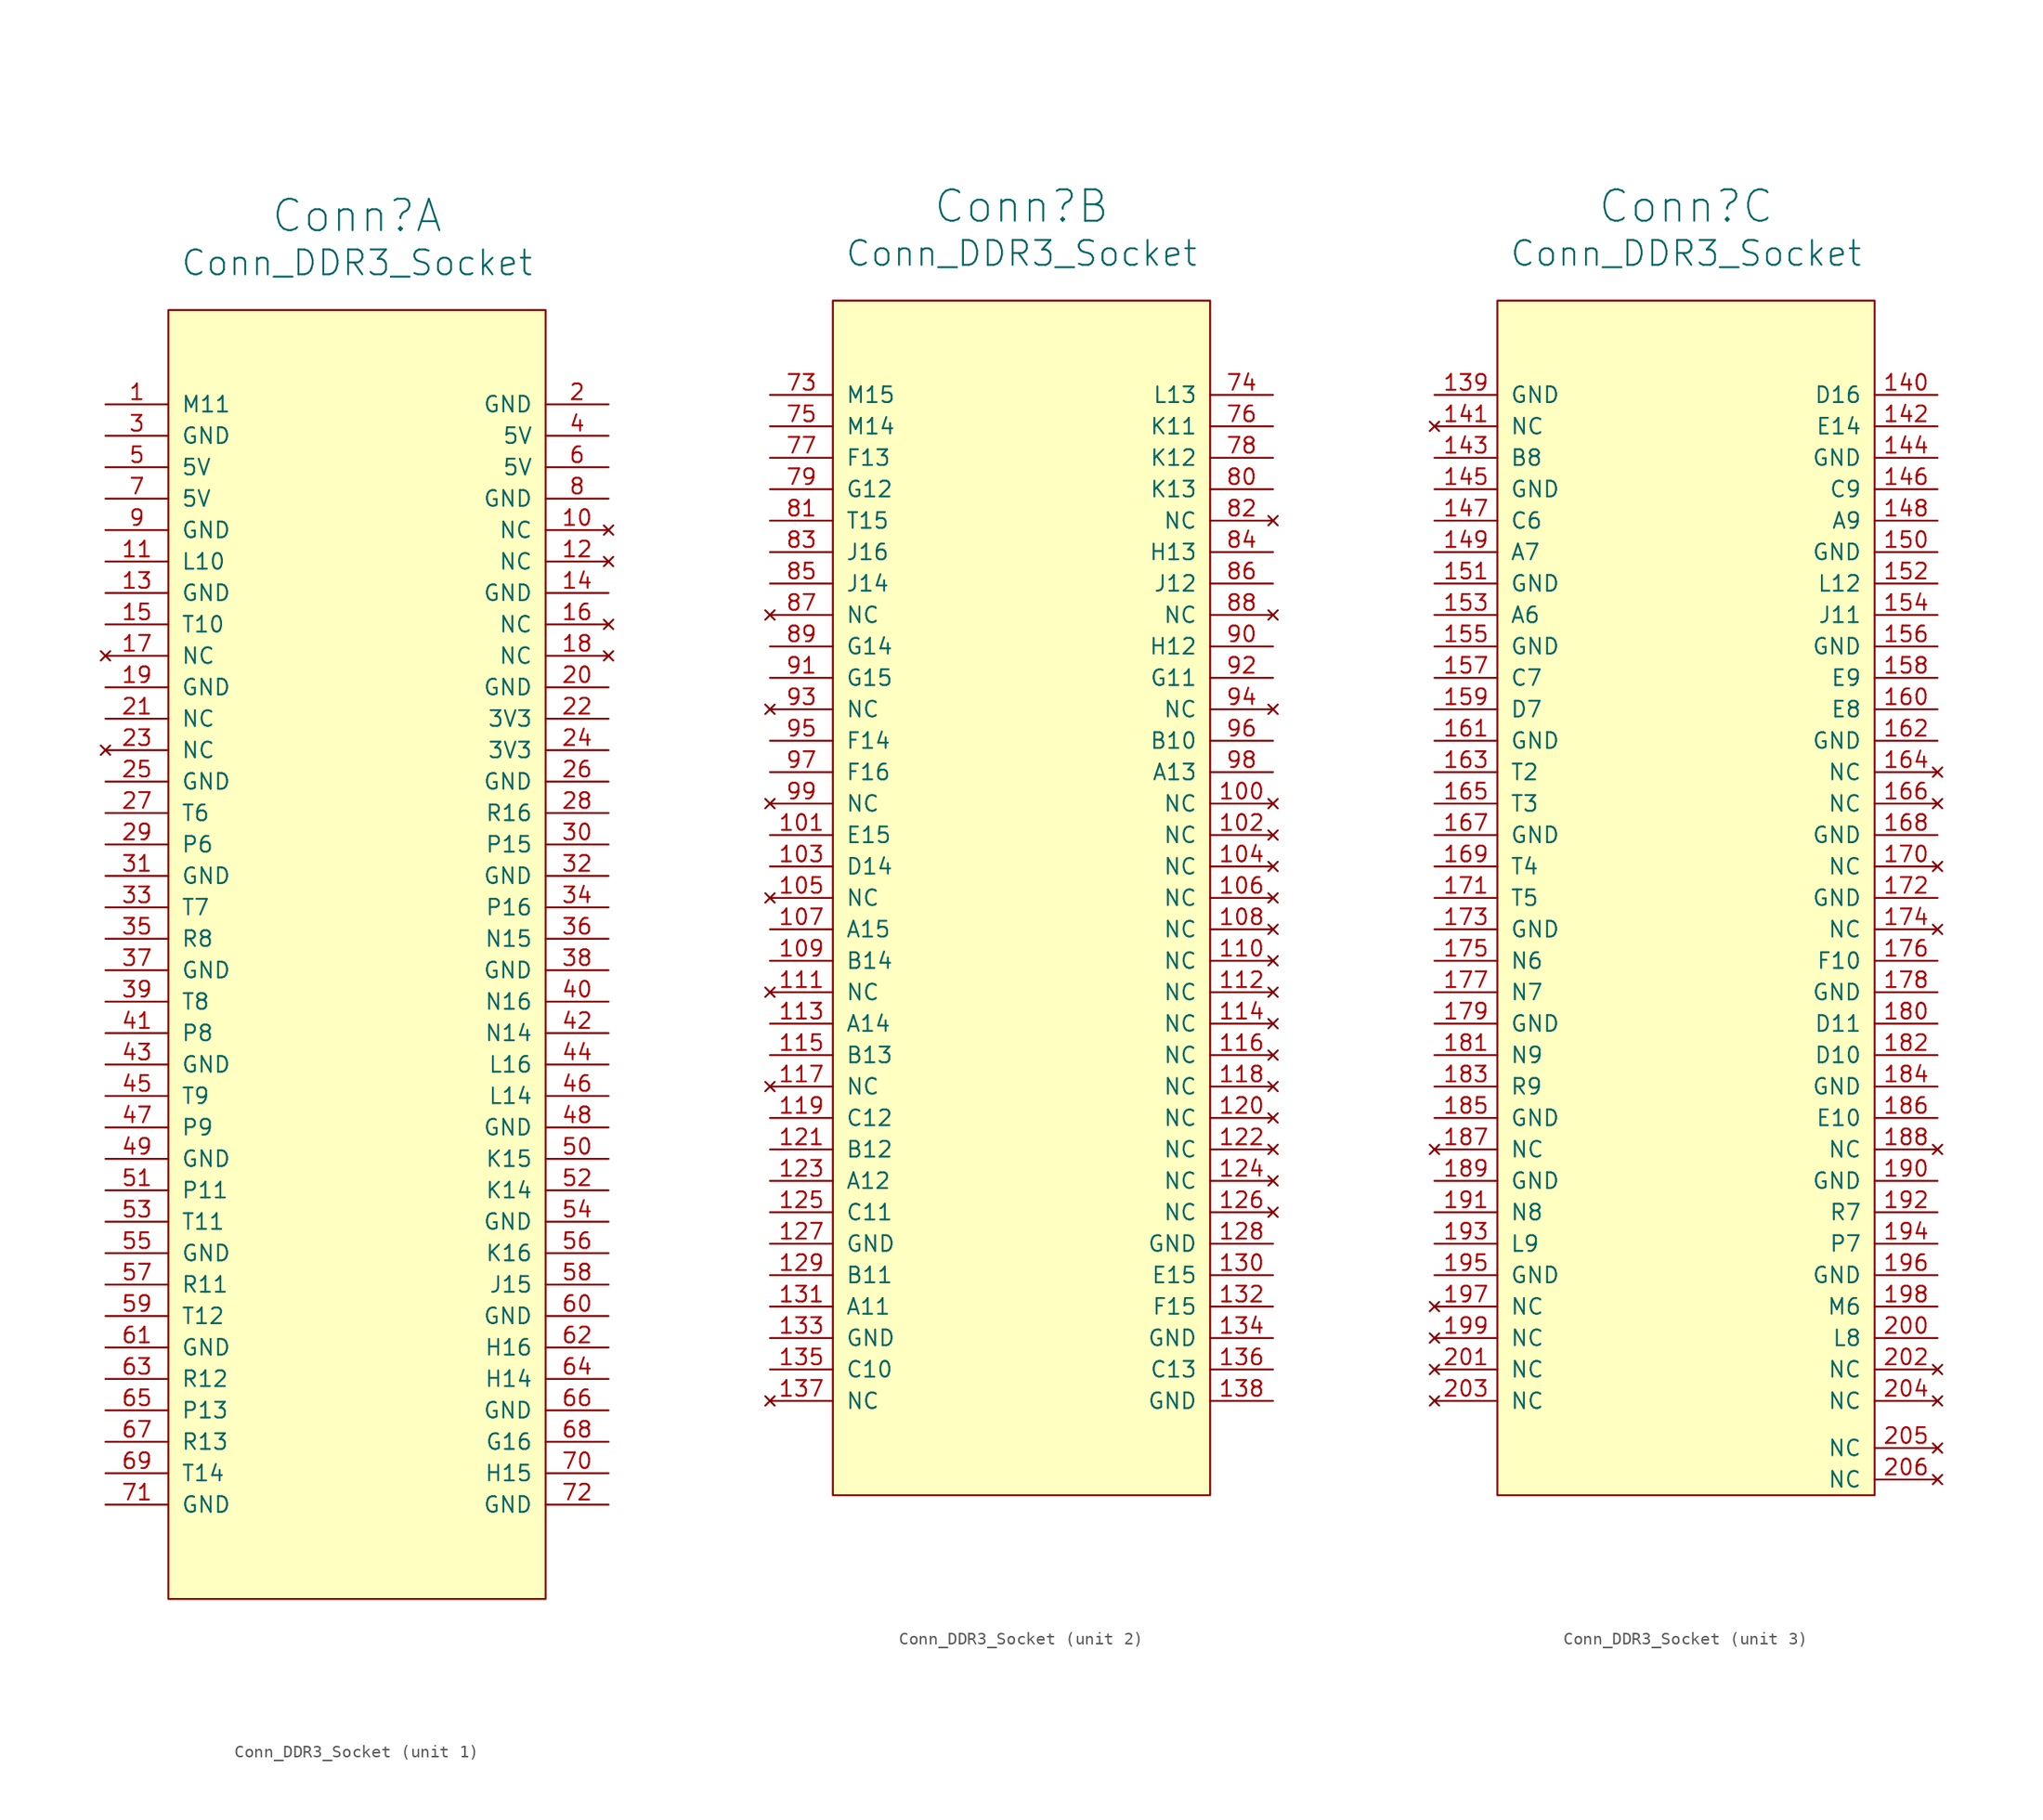
<source format=kicad_sym>
(kicad_symbol_lib
  (version 20211014)
  (generator kicad_symbol_editor)
  (symbol "Conn_DDR3_Socket"
    (pin_names
      (offset 1.016))
    (property "Reference" "Conn"
      (at 0 0 0)
      (effects (font (size 2.54 2.54))))
    (property "Value" "Conn_DDR3_Socket"
      (at 0 -3.81 0)
      (effects (font (size 2.007 2.007))))
    (property "ki_locked" ""
      (at 0 0 0)
      (effects (font (size 1.27 1.27))))
    (symbol "Conn_DDR3_Socket_1_1"
      (rectangle (start -15.24 -7.62) (end 15.24 -111.76) (stroke (width 0) (type default) (color 0 0 0 0)) (fill (type background)))
      (pin bidirectional line (at -20.32 -15.24 0) (length 5.08) (name "M11" (effects (font (size 1.27 1.27)))) (number "1" (effects (font (size 1.27 1.27)))))
      (pin no_connect line (at 20.32 -25.4 180) (length 5.08) (name "NC" (effects (font (size 1.27 1.27)))) (number "10" (effects (font (size 1.27 1.27)))))
      (pin bidirectional line (at -20.32 -27.94 0) (length 5.08) (name "L10" (effects (font (size 1.27 1.27)))) (number "11" (effects (font (size 1.27 1.27)))))
      (pin no_connect line (at 20.32 -27.94 180) (length 5.08) (name "NC" (effects (font (size 1.27 1.27)))) (number "12" (effects (font (size 1.27 1.27)))))
      (pin power_in line (at -20.32 -30.48 0) (length 5.08) (name "GND" (effects (font (size 1.27 1.27)))) (number "13" (effects (font (size 1.27 1.27)))))
      (pin power_in line (at 20.32 -30.48 180) (length 5.08) (name "GND" (effects (font (size 1.27 1.27)))) (number "14" (effects (font (size 1.27 1.27)))))
      (pin bidirectional line (at -20.32 -33.02 0) (length 5.08) (name "T10" (effects (font (size 1.27 1.27)))) (number "15" (effects (font (size 1.27 1.27)))))
      (pin no_connect line (at 20.32 -33.02 180) (length 5.08) (name "NC" (effects (font (size 1.27 1.27)))) (number "16" (effects (font (size 1.27 1.27)))))
      (pin no_connect line (at -20.32 -35.56 0) (length 5.08) (name "NC" (effects (font (size 1.27 1.27)))) (number "17" (effects (font (size 1.27 1.27)))))
      (pin no_connect line (at 20.32 -35.56 180) (length 5.08) (name "NC" (effects (font (size 1.27 1.27)))) (number "18" (effects (font (size 1.27 1.27)))))
      (pin power_in line (at -20.32 -38.1 0) (length 5.08) (name "GND" (effects (font (size 1.27 1.27)))) (number "19" (effects (font (size 1.27 1.27)))))
      (pin power_in line (at 20.32 -15.24 180) (length 5.08) (name "GND" (effects (font (size 1.27 1.27)))) (number "2" (effects (font (size 1.27 1.27)))))
      (pin power_in line (at 20.32 -38.1 180) (length 5.08) (name "GND" (effects (font (size 1.27 1.27)))) (number "20" (effects (font (size 1.27 1.27)))))
      (pin input line (at -20.32 -40.64 0) (length 5.08) (name "NC" (effects (font (size 1.27 1.27)))) (number "21" (effects (font (size 1.27 1.27)))))
      (pin power_in line (at 20.32 -40.64 180) (length 5.08) (name "3V3" (effects (font (size 1.27 1.27)))) (number "22" (effects (font (size 1.27 1.27)))))
      (pin no_connect line (at -20.32 -43.18 0) (length 5.08) (name "NC" (effects (font (size 1.27 1.27)))) (number "23" (effects (font (size 1.27 1.27)))))
      (pin power_in line (at 20.32 -43.18 180) (length 5.08) (name "3V3" (effects (font (size 1.27 1.27)))) (number "24" (effects (font (size 1.27 1.27)))))
      (pin power_in line (at -20.32 -45.72 0) (length 5.08) (name "GND" (effects (font (size 1.27 1.27)))) (number "25" (effects (font (size 1.27 1.27)))))
      (pin power_in line (at 20.32 -45.72 180) (length 5.08) (name "GND" (effects (font (size 1.27 1.27)))) (number "26" (effects (font (size 1.27 1.27)))))
      (pin bidirectional line (at -20.32 -48.26 0) (length 5.08) (name "T6" (effects (font (size 1.27 1.27)))) (number "27" (effects (font (size 1.27 1.27)))))
      (pin bidirectional line (at 20.32 -48.26 180) (length 5.08) (name "R16" (effects (font (size 1.27 1.27)))) (number "28" (effects (font (size 1.27 1.27)))))
      (pin bidirectional line (at -20.32 -50.8 0) (length 5.08) (name "P6" (effects (font (size 1.27 1.27)))) (number "29" (effects (font (size 1.27 1.27)))))
      (pin power_in line (at -20.32 -17.78 0) (length 5.08) (name "GND" (effects (font (size 1.27 1.27)))) (number "3" (effects (font (size 1.27 1.27)))))
      (pin bidirectional line (at 20.32 -50.8 180) (length 5.08) (name "P15" (effects (font (size 1.27 1.27)))) (number "30" (effects (font (size 1.27 1.27)))))
      (pin power_in line (at -20.32 -53.34 0) (length 5.08) (name "GND" (effects (font (size 1.27 1.27)))) (number "31" (effects (font (size 1.27 1.27)))))
      (pin power_in line (at 20.32 -53.34 180) (length 5.08) (name "GND" (effects (font (size 1.27 1.27)))) (number "32" (effects (font (size 1.27 1.27)))))
      (pin bidirectional line (at -20.32 -55.88 0) (length 5.08) (name "T7" (effects (font (size 1.27 1.27)))) (number "33" (effects (font (size 1.27 1.27)))))
      (pin bidirectional line (at 20.32 -55.88 180) (length 5.08) (name "P16" (effects (font (size 1.27 1.27)))) (number "34" (effects (font (size 1.27 1.27)))))
      (pin bidirectional line (at -20.32 -58.42 0) (length 5.08) (name "R8" (effects (font (size 1.27 1.27)))) (number "35" (effects (font (size 1.27 1.27)))))
      (pin bidirectional line (at 20.32 -58.42 180) (length 5.08) (name "N15" (effects (font (size 1.27 1.27)))) (number "36" (effects (font (size 1.27 1.27)))))
      (pin power_in line (at -20.32 -60.96 0) (length 5.08) (name "GND" (effects (font (size 1.27 1.27)))) (number "37" (effects (font (size 1.27 1.27)))))
      (pin power_in line (at 20.32 -60.96 180) (length 5.08) (name "GND" (effects (font (size 1.27 1.27)))) (number "38" (effects (font (size 1.27 1.27)))))
      (pin bidirectional line (at -20.32 -63.5 0) (length 5.08) (name "T8" (effects (font (size 1.27 1.27)))) (number "39" (effects (font (size 1.27 1.27)))))
      (pin power_in line (at 20.32 -17.78 180) (length 5.08) (name "5V" (effects (font (size 1.27 1.27)))) (number "4" (effects (font (size 1.27 1.27)))))
      (pin bidirectional line (at 20.32 -63.5 180) (length 5.08) (name "N16" (effects (font (size 1.27 1.27)))) (number "40" (effects (font (size 1.27 1.27)))))
      (pin bidirectional line (at -20.32 -66.04 0) (length 5.08) (name "P8" (effects (font (size 1.27 1.27)))) (number "41" (effects (font (size 1.27 1.27)))))
      (pin bidirectional line (at 20.32 -66.04 180) (length 5.08) (name "N14" (effects (font (size 1.27 1.27)))) (number "42" (effects (font (size 1.27 1.27)))))
      (pin power_in line (at -20.32 -68.58 0) (length 5.08) (name "GND" (effects (font (size 1.27 1.27)))) (number "43" (effects (font (size 1.27 1.27)))))
      (pin bidirectional line (at 20.32 -68.58 180) (length 5.08) (name "L16" (effects (font (size 1.27 1.27)))) (number "44" (effects (font (size 1.27 1.27)))))
      (pin bidirectional line (at -20.32 -71.12 0) (length 5.08) (name "T9" (effects (font (size 1.27 1.27)))) (number "45" (effects (font (size 1.27 1.27)))))
      (pin bidirectional line (at 20.32 -71.12 180) (length 5.08) (name "L14" (effects (font (size 1.27 1.27)))) (number "46" (effects (font (size 1.27 1.27)))))
      (pin bidirectional line (at -20.32 -73.66 0) (length 5.08) (name "P9" (effects (font (size 1.27 1.27)))) (number "47" (effects (font (size 1.27 1.27)))))
      (pin power_in line (at 20.32 -73.66 180) (length 5.08) (name "GND" (effects (font (size 1.27 1.27)))) (number "48" (effects (font (size 1.27 1.27)))))
      (pin power_in line (at -20.32 -76.2 0) (length 5.08) (name "GND" (effects (font (size 1.27 1.27)))) (number "49" (effects (font (size 1.27 1.27)))))
      (pin power_in line (at -20.32 -20.32 0) (length 5.08) (name "5V" (effects (font (size 1.27 1.27)))) (number "5" (effects (font (size 1.27 1.27)))))
      (pin bidirectional line (at 20.32 -76.2 180) (length 5.08) (name "K15" (effects (font (size 1.27 1.27)))) (number "50" (effects (font (size 1.27 1.27)))))
      (pin bidirectional line (at -20.32 -78.74 0) (length 5.08) (name "P11" (effects (font (size 1.27 1.27)))) (number "51" (effects (font (size 1.27 1.27)))))
      (pin bidirectional line (at 20.32 -78.74 180) (length 5.08) (name "K14" (effects (font (size 1.27 1.27)))) (number "52" (effects (font (size 1.27 1.27)))))
      (pin bidirectional line (at -20.32 -81.28 0) (length 5.08) (name "T11" (effects (font (size 1.27 1.27)))) (number "53" (effects (font (size 1.27 1.27)))))
      (pin power_in line (at 20.32 -81.28 180) (length 5.08) (name "GND" (effects (font (size 1.27 1.27)))) (number "54" (effects (font (size 1.27 1.27)))))
      (pin power_in line (at -20.32 -83.82 0) (length 5.08) (name "GND" (effects (font (size 1.27 1.27)))) (number "55" (effects (font (size 1.27 1.27)))))
      (pin bidirectional line (at 20.32 -83.82 180) (length 5.08) (name "K16" (effects (font (size 1.27 1.27)))) (number "56" (effects (font (size 1.27 1.27)))))
      (pin bidirectional line (at -20.32 -86.36 0) (length 5.08) (name "R11" (effects (font (size 1.27 1.27)))) (number "57" (effects (font (size 1.27 1.27)))))
      (pin bidirectional line (at 20.32 -86.36 180) (length 5.08) (name "J15" (effects (font (size 1.27 1.27)))) (number "58" (effects (font (size 1.27 1.27)))))
      (pin bidirectional line (at -20.32 -88.9 0) (length 5.08) (name "T12" (effects (font (size 1.27 1.27)))) (number "59" (effects (font (size 1.27 1.27)))))
      (pin power_in line (at 20.32 -20.32 180) (length 5.08) (name "5V" (effects (font (size 1.27 1.27)))) (number "6" (effects (font (size 1.27 1.27)))))
      (pin power_in line (at 20.32 -88.9 180) (length 5.08) (name "GND" (effects (font (size 1.27 1.27)))) (number "60" (effects (font (size 1.27 1.27)))))
      (pin power_in line (at -20.32 -91.44 0) (length 5.08) (name "GND" (effects (font (size 1.27 1.27)))) (number "61" (effects (font (size 1.27 1.27)))))
      (pin bidirectional line (at 20.32 -91.44 180) (length 5.08) (name "H16" (effects (font (size 1.27 1.27)))) (number "62" (effects (font (size 1.27 1.27)))))
      (pin bidirectional line (at -20.32 -93.98 0) (length 5.08) (name "R12" (effects (font (size 1.27 1.27)))) (number "63" (effects (font (size 1.27 1.27)))))
      (pin bidirectional line (at 20.32 -93.98 180) (length 5.08) (name "H14" (effects (font (size 1.27 1.27)))) (number "64" (effects (font (size 1.27 1.27)))))
      (pin bidirectional line (at -20.32 -96.52 0) (length 5.08) (name "P13" (effects (font (size 1.27 1.27)))) (number "65" (effects (font (size 1.27 1.27)))))
      (pin power_in line (at 20.32 -96.52 180) (length 5.08) (name "GND" (effects (font (size 1.27 1.27)))) (number "66" (effects (font (size 1.27 1.27)))))
      (pin bidirectional line (at -20.32 -99.06 0) (length 5.08) (name "R13" (effects (font (size 1.27 1.27)))) (number "67" (effects (font (size 1.27 1.27)))))
      (pin bidirectional line (at 20.32 -99.06 180) (length 5.08) (name "G16" (effects (font (size 1.27 1.27)))) (number "68" (effects (font (size 1.27 1.27)))))
      (pin bidirectional line (at -20.32 -101.6 0) (length 5.08) (name "T14" (effects (font (size 1.27 1.27)))) (number "69" (effects (font (size 1.27 1.27)))))
      (pin power_in line (at -20.32 -22.86 0) (length 5.08) (name "5V" (effects (font (size 1.27 1.27)))) (number "7" (effects (font (size 1.27 1.27)))))
      (pin bidirectional line (at 20.32 -101.6 180) (length 5.08) (name "H15" (effects (font (size 1.27 1.27)))) (number "70" (effects (font (size 1.27 1.27)))))
      (pin power_in line (at -20.32 -104.14 0) (length 5.08) (name "GND" (effects (font (size 1.27 1.27)))) (number "71" (effects (font (size 1.27 1.27)))))
      (pin power_in line (at 20.32 -104.14 180) (length 5.08) (name "GND" (effects (font (size 1.27 1.27)))) (number "72" (effects (font (size 1.27 1.27)))))
      (pin power_in line (at 20.32 -22.86 180) (length 5.08) (name "GND" (effects (font (size 1.27 1.27)))) (number "8" (effects (font (size 1.27 1.27)))))
      (pin power_in line (at -20.32 -25.4 0) (length 5.08) (name "GND" (effects (font (size 1.27 1.27)))) (number "9" (effects (font (size 1.27 1.27))))))
    (symbol "Conn_DDR3_Socket_2_1"
      (rectangle (start -15.24 -7.62) (end 15.24 -104.14) (stroke (width 0) (type default) (color 0 0 0 0)) (fill (type background)))
      (pin no_connect line (at 20.32 -48.26 180) (length 5.08) (name "NC" (effects (font (size 1.27 1.27)))) (number "100" (effects (font (size 1.27 1.27)))))
      (pin bidirectional line (at -20.32 -50.8 0) (length 5.08) (name "E15" (effects (font (size 1.27 1.27)))) (number "101" (effects (font (size 1.27 1.27)))))
      (pin no_connect line (at 20.32 -50.8 180) (length 5.08) (name "NC" (effects (font (size 1.27 1.27)))) (number "102" (effects (font (size 1.27 1.27)))))
      (pin bidirectional line (at -20.32 -53.34 0) (length 5.08) (name "D14" (effects (font (size 1.27 1.27)))) (number "103" (effects (font (size 1.27 1.27)))))
      (pin no_connect line (at 20.32 -53.34 180) (length 5.08) (name "NC" (effects (font (size 1.27 1.27)))) (number "104" (effects (font (size 1.27 1.27)))))
      (pin no_connect line (at -20.32 -55.88 0) (length 5.08) (name "NC" (effects (font (size 1.27 1.27)))) (number "105" (effects (font (size 1.27 1.27)))))
      (pin no_connect line (at 20.32 -55.88 180) (length 5.08) (name "NC" (effects (font (size 1.27 1.27)))) (number "106" (effects (font (size 1.27 1.27)))))
      (pin bidirectional line (at -20.32 -58.42 0) (length 5.08) (name "A15" (effects (font (size 1.27 1.27)))) (number "107" (effects (font (size 1.27 1.27)))))
      (pin no_connect line (at 20.32 -58.42 180) (length 5.08) (name "NC" (effects (font (size 1.27 1.27)))) (number "108" (effects (font (size 1.27 1.27)))))
      (pin bidirectional line (at -20.32 -60.96 0) (length 5.08) (name "B14" (effects (font (size 1.27 1.27)))) (number "109" (effects (font (size 1.27 1.27)))))
      (pin no_connect line (at 20.32 -60.96 180) (length 5.08) (name "NC" (effects (font (size 1.27 1.27)))) (number "110" (effects (font (size 1.27 1.27)))))
      (pin no_connect line (at -20.32 -63.5 0) (length 5.08) (name "NC" (effects (font (size 1.27 1.27)))) (number "111" (effects (font (size 1.27 1.27)))))
      (pin no_connect line (at 20.32 -63.5 180) (length 5.08) (name "NC" (effects (font (size 1.27 1.27)))) (number "112" (effects (font (size 1.27 1.27)))))
      (pin bidirectional line (at -20.32 -66.04 0) (length 5.08) (name "A14" (effects (font (size 1.27 1.27)))) (number "113" (effects (font (size 1.27 1.27)))))
      (pin no_connect line (at 20.32 -66.04 180) (length 5.08) (name "NC" (effects (font (size 1.27 1.27)))) (number "114" (effects (font (size 1.27 1.27)))))
      (pin bidirectional line (at -20.32 -68.58 0) (length 5.08) (name "B13" (effects (font (size 1.27 1.27)))) (number "115" (effects (font (size 1.27 1.27)))))
      (pin no_connect line (at 20.32 -68.58 180) (length 5.08) (name "NC" (effects (font (size 1.27 1.27)))) (number "116" (effects (font (size 1.27 1.27)))))
      (pin no_connect line (at -20.32 -71.12 0) (length 5.08) (name "NC" (effects (font (size 1.27 1.27)))) (number "117" (effects (font (size 1.27 1.27)))))
      (pin no_connect line (at 20.32 -71.12 180) (length 5.08) (name "NC" (effects (font (size 1.27 1.27)))) (number "118" (effects (font (size 1.27 1.27)))))
      (pin bidirectional line (at -20.32 -73.66 0) (length 5.08) (name "C12" (effects (font (size 1.27 1.27)))) (number "119" (effects (font (size 1.27 1.27)))))
      (pin no_connect line (at 20.32 -73.66 180) (length 5.08) (name "NC" (effects (font (size 1.27 1.27)))) (number "120" (effects (font (size 1.27 1.27)))))
      (pin bidirectional line (at -20.32 -76.2 0) (length 5.08) (name "B12" (effects (font (size 1.27 1.27)))) (number "121" (effects (font (size 1.27 1.27)))))
      (pin no_connect line (at 20.32 -76.2 180) (length 5.08) (name "NC" (effects (font (size 1.27 1.27)))) (number "122" (effects (font (size 1.27 1.27)))))
      (pin bidirectional line (at -20.32 -78.74 0) (length 5.08) (name "A12" (effects (font (size 1.27 1.27)))) (number "123" (effects (font (size 1.27 1.27)))))
      (pin no_connect line (at 20.32 -78.74 180) (length 5.08) (name "NC" (effects (font (size 1.27 1.27)))) (number "124" (effects (font (size 1.27 1.27)))))
      (pin bidirectional line (at -20.32 -81.28 0) (length 5.08) (name "C11" (effects (font (size 1.27 1.27)))) (number "125" (effects (font (size 1.27 1.27)))))
      (pin no_connect line (at 20.32 -81.28 180) (length 5.08) (name "NC" (effects (font (size 1.27 1.27)))) (number "126" (effects (font (size 1.27 1.27)))))
      (pin power_in line (at -20.32 -83.82 0) (length 5.08) (name "GND" (effects (font (size 1.27 1.27)))) (number "127" (effects (font (size 1.27 1.27)))))
      (pin power_in line (at 20.32 -83.82 180) (length 5.08) (name "GND" (effects (font (size 1.27 1.27)))) (number "128" (effects (font (size 1.27 1.27)))))
      (pin bidirectional line (at -20.32 -86.36 0) (length 5.08) (name "B11" (effects (font (size 1.27 1.27)))) (number "129" (effects (font (size 1.27 1.27)))))
      (pin bidirectional line (at 20.32 -86.36 180) (length 5.08) (name "E15" (effects (font (size 1.27 1.27)))) (number "130" (effects (font (size 1.27 1.27)))))
      (pin bidirectional line (at -20.32 -88.9 0) (length 5.08) (name "A11" (effects (font (size 1.27 1.27)))) (number "131" (effects (font (size 1.27 1.27)))))
      (pin bidirectional line (at 20.32 -88.9 180) (length 5.08) (name "F15" (effects (font (size 1.27 1.27)))) (number "132" (effects (font (size 1.27 1.27)))))
      (pin power_in line (at -20.32 -91.44 0) (length 5.08) (name "GND" (effects (font (size 1.27 1.27)))) (number "133" (effects (font (size 1.27 1.27)))))
      (pin power_in line (at 20.32 -91.44 180) (length 5.08) (name "GND" (effects (font (size 1.27 1.27)))) (number "134" (effects (font (size 1.27 1.27)))))
      (pin bidirectional line (at -20.32 -93.98 0) (length 5.08) (name "C10" (effects (font (size 1.27 1.27)))) (number "135" (effects (font (size 1.27 1.27)))))
      (pin bidirectional line (at 20.32 -93.98 180) (length 5.08) (name "C13" (effects (font (size 1.27 1.27)))) (number "136" (effects (font (size 1.27 1.27)))))
      (pin no_connect line (at -20.32 -96.52 0) (length 5.08) (name "NC" (effects (font (size 1.27 1.27)))) (number "137" (effects (font (size 1.27 1.27)))))
      (pin power_in line (at 20.32 -96.52 180) (length 5.08) (name "GND" (effects (font (size 1.27 1.27)))) (number "138" (effects (font (size 1.27 1.27)))))
      (pin bidirectional line (at -20.32 -15.24 0) (length 5.08) (name "M15" (effects (font (size 1.27 1.27)))) (number "73" (effects (font (size 1.27 1.27)))))
      (pin bidirectional line (at 20.32 -15.24 180) (length 5.08) (name "L13" (effects (font (size 1.27 1.27)))) (number "74" (effects (font (size 1.27 1.27)))))
      (pin bidirectional line (at -20.32 -17.78 0) (length 5.08) (name "M14" (effects (font (size 1.27 1.27)))) (number "75" (effects (font (size 1.27 1.27)))))
      (pin bidirectional line (at 20.32 -17.78 180) (length 5.08) (name "K11" (effects (font (size 1.27 1.27)))) (number "76" (effects (font (size 1.27 1.27)))))
      (pin bidirectional line (at -20.32 -20.32 0) (length 5.08) (name "F13" (effects (font (size 1.27 1.27)))) (number "77" (effects (font (size 1.27 1.27)))))
      (pin bidirectional line (at 20.32 -20.32 180) (length 5.08) (name "K12" (effects (font (size 1.27 1.27)))) (number "78" (effects (font (size 1.27 1.27)))))
      (pin bidirectional line (at -20.32 -22.86 0) (length 5.08) (name "G12" (effects (font (size 1.27 1.27)))) (number "79" (effects (font (size 1.27 1.27)))))
      (pin bidirectional line (at 20.32 -22.86 180) (length 5.08) (name "K13" (effects (font (size 1.27 1.27)))) (number "80" (effects (font (size 1.27 1.27)))))
      (pin bidirectional line (at -20.32 -25.4 0) (length 5.08) (name "T15" (effects (font (size 1.27 1.27)))) (number "81" (effects (font (size 1.27 1.27)))))
      (pin no_connect line (at 20.32 -25.4 180) (length 5.08) (name "NC" (effects (font (size 1.27 1.27)))) (number "82" (effects (font (size 1.27 1.27)))))
      (pin bidirectional line (at -20.32 -27.94 0) (length 5.08) (name "J16" (effects (font (size 1.27 1.27)))) (number "83" (effects (font (size 1.27 1.27)))))
      (pin bidirectional line (at 20.32 -27.94 180) (length 5.08) (name "H13" (effects (font (size 1.27 1.27)))) (number "84" (effects (font (size 1.27 1.27)))))
      (pin bidirectional line (at -20.32 -30.48 0) (length 5.08) (name "J14" (effects (font (size 1.27 1.27)))) (number "85" (effects (font (size 1.27 1.27)))))
      (pin bidirectional line (at 20.32 -30.48 180) (length 5.08) (name "J12" (effects (font (size 1.27 1.27)))) (number "86" (effects (font (size 1.27 1.27)))))
      (pin no_connect line (at -20.32 -33.02 0) (length 5.08) (name "NC" (effects (font (size 1.27 1.27)))) (number "87" (effects (font (size 1.27 1.27)))))
      (pin no_connect line (at 20.32 -33.02 180) (length 5.08) (name "NC" (effects (font (size 1.27 1.27)))) (number "88" (effects (font (size 1.27 1.27)))))
      (pin bidirectional line (at -20.32 -35.56 0) (length 5.08) (name "G14" (effects (font (size 1.27 1.27)))) (number "89" (effects (font (size 1.27 1.27)))))
      (pin bidirectional line (at 20.32 -35.56 180) (length 5.08) (name "H12" (effects (font (size 1.27 1.27)))) (number "90" (effects (font (size 1.27 1.27)))))
      (pin bidirectional line (at -20.32 -38.1 0) (length 5.08) (name "G15" (effects (font (size 1.27 1.27)))) (number "91" (effects (font (size 1.27 1.27)))))
      (pin bidirectional line (at 20.32 -38.1 180) (length 5.08) (name "G11" (effects (font (size 1.27 1.27)))) (number "92" (effects (font (size 1.27 1.27)))))
      (pin no_connect line (at -20.32 -40.64 0) (length 5.08) (name "NC" (effects (font (size 1.27 1.27)))) (number "93" (effects (font (size 1.27 1.27)))))
      (pin no_connect line (at 20.32 -40.64 180) (length 5.08) (name "NC" (effects (font (size 1.27 1.27)))) (number "94" (effects (font (size 1.27 1.27)))))
      (pin bidirectional line (at -20.32 -43.18 0) (length 5.08) (name "F14" (effects (font (size 1.27 1.27)))) (number "95" (effects (font (size 1.27 1.27)))))
      (pin bidirectional line (at 20.32 -43.18 180) (length 5.08) (name "B10" (effects (font (size 1.27 1.27)))) (number "96" (effects (font (size 1.27 1.27)))))
      (pin bidirectional line (at -20.32 -45.72 0) (length 5.08) (name "F16" (effects (font (size 1.27 1.27)))) (number "97" (effects (font (size 1.27 1.27)))))
      (pin bidirectional line (at 20.32 -45.72 180) (length 5.08) (name "A13" (effects (font (size 1.27 1.27)))) (number "98" (effects (font (size 1.27 1.27)))))
      (pin no_connect line (at -20.32 -48.26 0) (length 5.08) (name "NC" (effects (font (size 1.27 1.27)))) (number "99" (effects (font (size 1.27 1.27))))))
    (symbol "Conn_DDR3_Socket_3_1"
      (rectangle (start -15.24 -7.62) (end 15.24 -104.14) (stroke (width 0) (type default) (color 0 0 0 0)) (fill (type background)))
      (pin power_in line (at -20.32 -15.24 0) (length 5.08) (name "GND" (effects (font (size 1.27 1.27)))) (number "139" (effects (font (size 1.27 1.27)))))
      (pin bidirectional line (at 20.32 -15.24 180) (length 5.08) (name "D16" (effects (font (size 1.27 1.27)))) (number "140" (effects (font (size 1.27 1.27)))))
      (pin no_connect line (at -20.32 -17.78 0) (length 5.08) (name "NC" (effects (font (size 1.27 1.27)))) (number "141" (effects (font (size 1.27 1.27)))))
      (pin bidirectional line (at 20.32 -17.78 180) (length 5.08) (name "E14" (effects (font (size 1.27 1.27)))) (number "142" (effects (font (size 1.27 1.27)))))
      (pin bidirectional line (at -20.32 -20.32 0) (length 5.08) (name "B8" (effects (font (size 1.27 1.27)))) (number "143" (effects (font (size 1.27 1.27)))))
      (pin power_in line (at 20.32 -20.32 180) (length 5.08) (name "GND" (effects (font (size 1.27 1.27)))) (number "144" (effects (font (size 1.27 1.27)))))
      (pin power_in line (at -20.32 -22.86 0) (length 5.08) (name "GND" (effects (font (size 1.27 1.27)))) (number "145" (effects (font (size 1.27 1.27)))))
      (pin bidirectional line (at 20.32 -22.86 180) (length 5.08) (name "C9" (effects (font (size 1.27 1.27)))) (number "146" (effects (font (size 1.27 1.27)))))
      (pin bidirectional line (at -20.32 -25.4 0) (length 5.08) (name "C6" (effects (font (size 1.27 1.27)))) (number "147" (effects (font (size 1.27 1.27)))))
      (pin bidirectional line (at 20.32 -25.4 180) (length 5.08) (name "A9" (effects (font (size 1.27 1.27)))) (number "148" (effects (font (size 1.27 1.27)))))
      (pin bidirectional line (at -20.32 -27.94 0) (length 5.08) (name "A7" (effects (font (size 1.27 1.27)))) (number "149" (effects (font (size 1.27 1.27)))))
      (pin power_in line (at 20.32 -27.94 180) (length 5.08) (name "GND" (effects (font (size 1.27 1.27)))) (number "150" (effects (font (size 1.27 1.27)))))
      (pin power_in line (at -20.32 -30.48 0) (length 5.08) (name "GND" (effects (font (size 1.27 1.27)))) (number "151" (effects (font (size 1.27 1.27)))))
      (pin bidirectional line (at 20.32 -30.48 180) (length 5.08) (name "L12" (effects (font (size 1.27 1.27)))) (number "152" (effects (font (size 1.27 1.27)))))
      (pin bidirectional line (at -20.32 -33.02 0) (length 5.08) (name "A6" (effects (font (size 1.27 1.27)))) (number "153" (effects (font (size 1.27 1.27)))))
      (pin bidirectional line (at 20.32 -33.02 180) (length 5.08) (name "J11" (effects (font (size 1.27 1.27)))) (number "154" (effects (font (size 1.27 1.27)))))
      (pin power_in line (at -20.32 -35.56 0) (length 5.08) (name "GND" (effects (font (size 1.27 1.27)))) (number "155" (effects (font (size 1.27 1.27)))))
      (pin power_in line (at 20.32 -35.56 180) (length 5.08) (name "GND" (effects (font (size 1.27 1.27)))) (number "156" (effects (font (size 1.27 1.27)))))
      (pin bidirectional line (at -20.32 -38.1 0) (length 5.08) (name "C7" (effects (font (size 1.27 1.27)))) (number "157" (effects (font (size 1.27 1.27)))))
      (pin bidirectional line (at 20.32 -38.1 180) (length 5.08) (name "E9" (effects (font (size 1.27 1.27)))) (number "158" (effects (font (size 1.27 1.27)))))
      (pin bidirectional line (at -20.32 -40.64 0) (length 5.08) (name "D7" (effects (font (size 1.27 1.27)))) (number "159" (effects (font (size 1.27 1.27)))))
      (pin bidirectional line (at 20.32 -40.64 180) (length 5.08) (name "E8" (effects (font (size 1.27 1.27)))) (number "160" (effects (font (size 1.27 1.27)))))
      (pin power_in line (at -20.32 -43.18 0) (length 5.08) (name "GND" (effects (font (size 1.27 1.27)))) (number "161" (effects (font (size 1.27 1.27)))))
      (pin power_in line (at 20.32 -43.18 180) (length 5.08) (name "GND" (effects (font (size 1.27 1.27)))) (number "162" (effects (font (size 1.27 1.27)))))
      (pin bidirectional line (at -20.32 -45.72 0) (length 5.08) (name "T2" (effects (font (size 1.27 1.27)))) (number "163" (effects (font (size 1.27 1.27)))))
      (pin no_connect line (at 20.32 -45.72 180) (length 5.08) (name "NC" (effects (font (size 1.27 1.27)))) (number "164" (effects (font (size 1.27 1.27)))))
      (pin bidirectional line (at -20.32 -48.26 0) (length 5.08) (name "T3" (effects (font (size 1.27 1.27)))) (number "165" (effects (font (size 1.27 1.27)))))
      (pin no_connect line (at 20.32 -48.26 180) (length 5.08) (name "NC" (effects (font (size 1.27 1.27)))) (number "166" (effects (font (size 1.27 1.27)))))
      (pin power_in line (at -20.32 -50.8 0) (length 5.08) (name "GND" (effects (font (size 1.27 1.27)))) (number "167" (effects (font (size 1.27 1.27)))))
      (pin power_in line (at 20.32 -50.8 180) (length 5.08) (name "GND" (effects (font (size 1.27 1.27)))) (number "168" (effects (font (size 1.27 1.27)))))
      (pin bidirectional line (at -20.32 -53.34 0) (length 5.08) (name "T4" (effects (font (size 1.27 1.27)))) (number "169" (effects (font (size 1.27 1.27)))))
      (pin no_connect line (at 20.32 -53.34 180) (length 5.08) (name "NC" (effects (font (size 1.27 1.27)))) (number "170" (effects (font (size 1.27 1.27)))))
      (pin bidirectional line (at -20.32 -55.88 0) (length 5.08) (name "T5" (effects (font (size 1.27 1.27)))) (number "171" (effects (font (size 1.27 1.27)))))
      (pin power_in line (at 20.32 -55.88 180) (length 5.08) (name "GND" (effects (font (size 1.27 1.27)))) (number "172" (effects (font (size 1.27 1.27)))))
      (pin power_in line (at -20.32 -58.42 0) (length 5.08) (name "GND" (effects (font (size 1.27 1.27)))) (number "173" (effects (font (size 1.27 1.27)))))
      (pin no_connect line (at 20.32 -58.42 180) (length 5.08) (name "NC" (effects (font (size 1.27 1.27)))) (number "174" (effects (font (size 1.27 1.27)))))
      (pin bidirectional line (at -20.32 -60.96 0) (length 5.08) (name "N6" (effects (font (size 1.27 1.27)))) (number "175" (effects (font (size 1.27 1.27)))))
      (pin bidirectional line (at 20.32 -60.96 180) (length 5.08) (name "F10" (effects (font (size 1.27 1.27)))) (number "176" (effects (font (size 1.27 1.27)))))
      (pin bidirectional line (at -20.32 -63.5 0) (length 5.08) (name "N7" (effects (font (size 1.27 1.27)))) (number "177" (effects (font (size 1.27 1.27)))))
      (pin power_in line (at 20.32 -63.5 180) (length 5.08) (name "GND" (effects (font (size 1.27 1.27)))) (number "178" (effects (font (size 1.27 1.27)))))
      (pin power_in line (at -20.32 -66.04 0) (length 5.08) (name "GND" (effects (font (size 1.27 1.27)))) (number "179" (effects (font (size 1.27 1.27)))))
      (pin bidirectional line (at 20.32 -66.04 180) (length 5.08) (name "D11" (effects (font (size 1.27 1.27)))) (number "180" (effects (font (size 1.27 1.27)))))
      (pin bidirectional line (at -20.32 -68.58 0) (length 5.08) (name "N9" (effects (font (size 1.27 1.27)))) (number "181" (effects (font (size 1.27 1.27)))))
      (pin bidirectional line (at 20.32 -68.58 180) (length 5.08) (name "D10" (effects (font (size 1.27 1.27)))) (number "182" (effects (font (size 1.27 1.27)))))
      (pin bidirectional line (at -20.32 -71.12 0) (length 5.08) (name "R9" (effects (font (size 1.27 1.27)))) (number "183" (effects (font (size 1.27 1.27)))))
      (pin power_in line (at 20.32 -71.12 180) (length 5.08) (name "GND" (effects (font (size 1.27 1.27)))) (number "184" (effects (font (size 1.27 1.27)))))
      (pin power_in line (at -20.32 -73.66 0) (length 5.08) (name "GND" (effects (font (size 1.27 1.27)))) (number "185" (effects (font (size 1.27 1.27)))))
      (pin bidirectional line (at 20.32 -73.66 180) (length 5.08) (name "E10" (effects (font (size 1.27 1.27)))) (number "186" (effects (font (size 1.27 1.27)))))
      (pin no_connect line (at -20.32 -76.2 0) (length 5.08) (name "NC" (effects (font (size 1.27 1.27)))) (number "187" (effects (font (size 1.27 1.27)))))
      (pin no_connect line (at 20.32 -76.2 180) (length 5.08) (name "NC" (effects (font (size 1.27 1.27)))) (number "188" (effects (font (size 1.27 1.27)))))
      (pin power_in line (at -20.32 -78.74 0) (length 5.08) (name "GND" (effects (font (size 1.27 1.27)))) (number "189" (effects (font (size 1.27 1.27)))))
      (pin power_in line (at 20.32 -78.74 180) (length 5.08) (name "GND" (effects (font (size 1.27 1.27)))) (number "190" (effects (font (size 1.27 1.27)))))
      (pin bidirectional line (at -20.32 -81.28 0) (length 5.08) (name "N8" (effects (font (size 1.27 1.27)))) (number "191" (effects (font (size 1.27 1.27)))))
      (pin bidirectional line (at 20.32 -81.28 180) (length 5.08) (name "R7" (effects (font (size 1.27 1.27)))) (number "192" (effects (font (size 1.27 1.27)))))
      (pin bidirectional line (at -20.32 -83.82 0) (length 5.08) (name "L9" (effects (font (size 1.27 1.27)))) (number "193" (effects (font (size 1.27 1.27)))))
      (pin bidirectional line (at 20.32 -83.82 180) (length 5.08) (name "P7" (effects (font (size 1.27 1.27)))) (number "194" (effects (font (size 1.27 1.27)))))
      (pin power_in line (at -20.32 -86.36 0) (length 5.08) (name "GND" (effects (font (size 1.27 1.27)))) (number "195" (effects (font (size 1.27 1.27)))))
      (pin power_in line (at 20.32 -86.36 180) (length 5.08) (name "GND" (effects (font (size 1.27 1.27)))) (number "196" (effects (font (size 1.27 1.27)))))
      (pin no_connect line (at -20.32 -88.9 0) (length 5.08) (name "NC" (effects (font (size 1.27 1.27)))) (number "197" (effects (font (size 1.27 1.27)))))
      (pin bidirectional line (at 20.32 -88.9 180) (length 5.08) (name "M6" (effects (font (size 1.27 1.27)))) (number "198" (effects (font (size 1.27 1.27)))))
      (pin no_connect line (at -20.32 -91.44 0) (length 5.08) (name "NC" (effects (font (size 1.27 1.27)))) (number "199" (effects (font (size 1.27 1.27)))))
      (pin bidirectional line (at 20.32 -91.44 180) (length 5.08) (name "L8" (effects (font (size 1.27 1.27)))) (number "200" (effects (font (size 1.27 1.27)))))
      (pin no_connect line (at -20.32 -93.98 0) (length 5.08) (name "NC" (effects (font (size 1.27 1.27)))) (number "201" (effects (font (size 1.27 1.27)))))
      (pin no_connect line (at 20.32 -93.98 180) (length 5.08) (name "NC" (effects (font (size 1.27 1.27)))) (number "202" (effects (font (size 1.27 1.27)))))
      (pin no_connect line (at -20.32 -96.52 0) (length 5.08) (name "NC" (effects (font (size 1.27 1.27)))) (number "203" (effects (font (size 1.27 1.27)))))
      (pin no_connect line (at 20.32 -96.52 180) (length 5.08) (name "NC" (effects (font (size 1.27 1.27)))) (number "204" (effects (font (size 1.27 1.27)))))
      (pin no_connect line (at 20.32 -100.33 180) (length 5.08) (name "NC" (effects (font (size 1.27 1.27)))) (number "205" (effects (font (size 1.27 1.27)))))
      (pin no_connect line (at 20.32 -102.87 180) (length 5.08) (name "NC" (effects (font (size 1.27 1.27)))) (number "206" (effects (font (size 1.27 1.27))))))))
</source>
